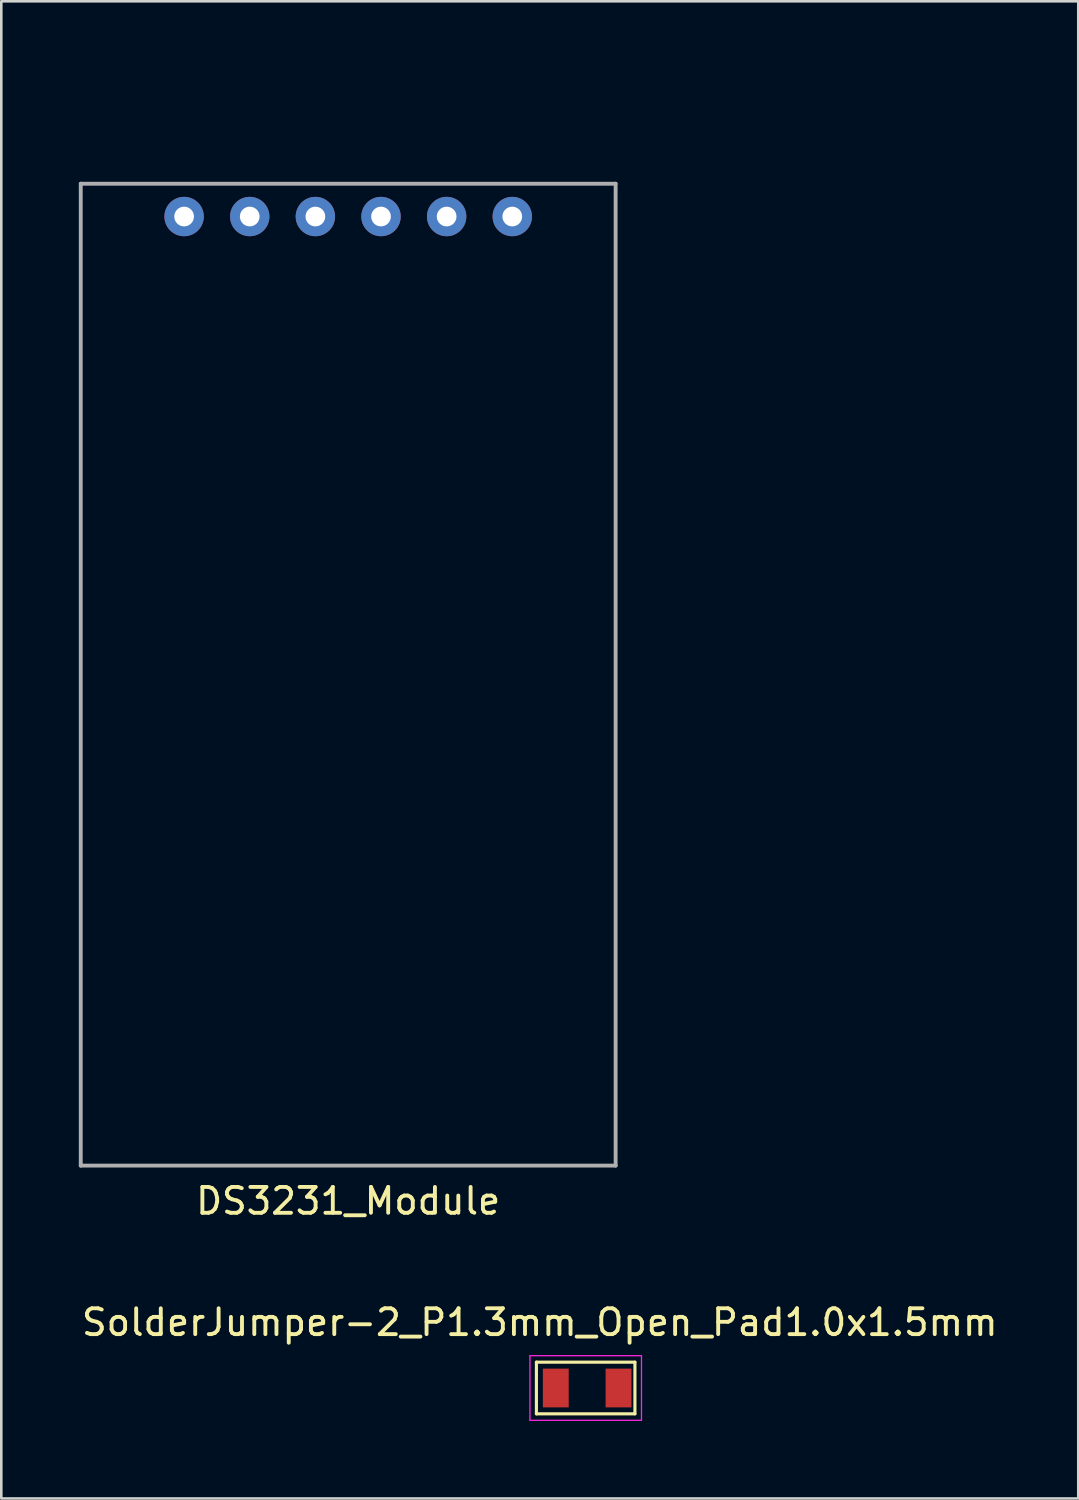
<source format=kicad_pcb>
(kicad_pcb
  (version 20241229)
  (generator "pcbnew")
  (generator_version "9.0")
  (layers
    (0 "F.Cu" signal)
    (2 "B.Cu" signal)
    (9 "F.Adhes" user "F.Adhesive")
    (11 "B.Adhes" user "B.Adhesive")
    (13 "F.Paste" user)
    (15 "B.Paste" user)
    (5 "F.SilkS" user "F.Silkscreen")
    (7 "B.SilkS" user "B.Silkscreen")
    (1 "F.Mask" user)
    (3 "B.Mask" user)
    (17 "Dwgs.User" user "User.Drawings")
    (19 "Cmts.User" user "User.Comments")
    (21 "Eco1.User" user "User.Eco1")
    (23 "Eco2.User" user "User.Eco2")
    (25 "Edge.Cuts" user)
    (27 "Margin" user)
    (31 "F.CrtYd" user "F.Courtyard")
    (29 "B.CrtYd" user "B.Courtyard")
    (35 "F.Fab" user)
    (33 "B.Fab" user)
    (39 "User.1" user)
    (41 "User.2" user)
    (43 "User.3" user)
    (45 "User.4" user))
  (footprint "SolderJumper-2_P1.3mm_Open_Pad1.0x1.5mm"
    (layer "F.Cu")
    (at 18.474 50.666)
    (property "Reference" "SolderJumper-2_P1.3mm_Open_Pad1.0x1.5mm" (at -0.635 -2.54 0) (layer "F.SilkS") (effects (font (size 1 1) (thickness 0.15))))
    (attr exclude_from_pos_files exclude_from_bom)
    (fp_line (start -0.765 -1) (end 3.048 -1) (stroke (width 0.12) (type solid)) (layer "F.SilkS"))
    (fp_line (start -0.765 1) (end -0.765 -1) (stroke (width 0.12) (type solid)) (layer "F.SilkS"))
    (fp_line (start 3.048 -1) (end 3.048 1) (stroke (width 0.12) (type solid)) (layer "F.SilkS"))
    (fp_line (start 3.048 1) (end -0.765 1) (stroke (width 0.12) (type solid)) (layer "F.SilkS"))
    (fp_line (start -1.015 -1.25) (end -1.015 1.25) (stroke (width 0.05) (type solid)) (layer "F.CrtYd"))
    (fp_line (start -1.015 -1.25) (end 3.302 -1.25) (stroke (width 0.05) (type solid)) (layer "F.CrtYd"))
    (fp_line (start 3.302 1.25) (end -1.015 1.25) (stroke (width 0.05) (type solid)) (layer "F.CrtYd"))
    (fp_line (start 3.302 1.25) (end 3.302 -1.25) (stroke (width 0.05) (type solid)) (layer "F.CrtYd"))
    (pad "1" smd rect (at -0.015 0) (size 1 1.5) (layers "F.Cu" "F.Mask"))
    (pad "2" smd rect (at 2.413 0) (size 1 1.5) (layers "F.Cu" "F.Mask")))
  (footprint "DS3231_Module"
    (layer "F.Cu")
    (at 6.615 0.25)
    (property "Reference" "DS3231_Module" (at 3.81 43.18 0) (layer "F.SilkS") (effects (font (size 1 1) (thickness 0.15))))
    (attr through_hole)
    (fp_line (start -6.54 3.81) (end -6.54 41.81) (stroke (width 0.15) (type solid)) (layer "F.Fab"))
    (fp_line (start -6.54 3.81) (end 14.16 3.81) (stroke (width 0.15) (type solid)) (layer "F.Fab"))
    (fp_line (start -6.54 41.81) (end 14.16 41.81) (stroke (width 0.15) (type solid)) (layer "F.Fab"))
    (fp_line (start 14.16 3.81) (end 14.16 41.81) (stroke (width 0.15) (type solid)) (layer "F.Fab"))
    (pad "1" thru_hole circle (at -2.54 5.08) (size 1.524 1.524) (drill 0.762) (layers "*.Cu" "*.Mask"))
    (pad "2" thru_hole circle (at 0 5.08) (size 1.524 1.524) (drill 0.762) (layers "*.Cu" "*.Mask"))
    (pad "3" thru_hole circle (at 2.54 5.08) (size 1.524 1.524) (drill 0.762) (layers "*.Cu" "*.Mask"))
    (pad "4" thru_hole circle (at 5.08 5.08) (size 1.524 1.524) (drill 0.762) (layers "*.Cu" "*.Mask"))
    (pad "5" thru_hole circle (at 7.62 5.08) (size 1.524 1.524) (drill 0.762) (layers "*.Cu" "*.Mask"))
    (pad "6" thru_hole circle (at 10.16 5.08) (size 1.524 1.524) (drill 0.762) (layers "*.Cu" "*.Mask")))
  (gr_rect
    (start -3 -3)
    (end 38.679 54.941)
    (stroke (width 0.1) (type default))
    (fill no)
    (layer "Edge.Cuts")))
</source>
